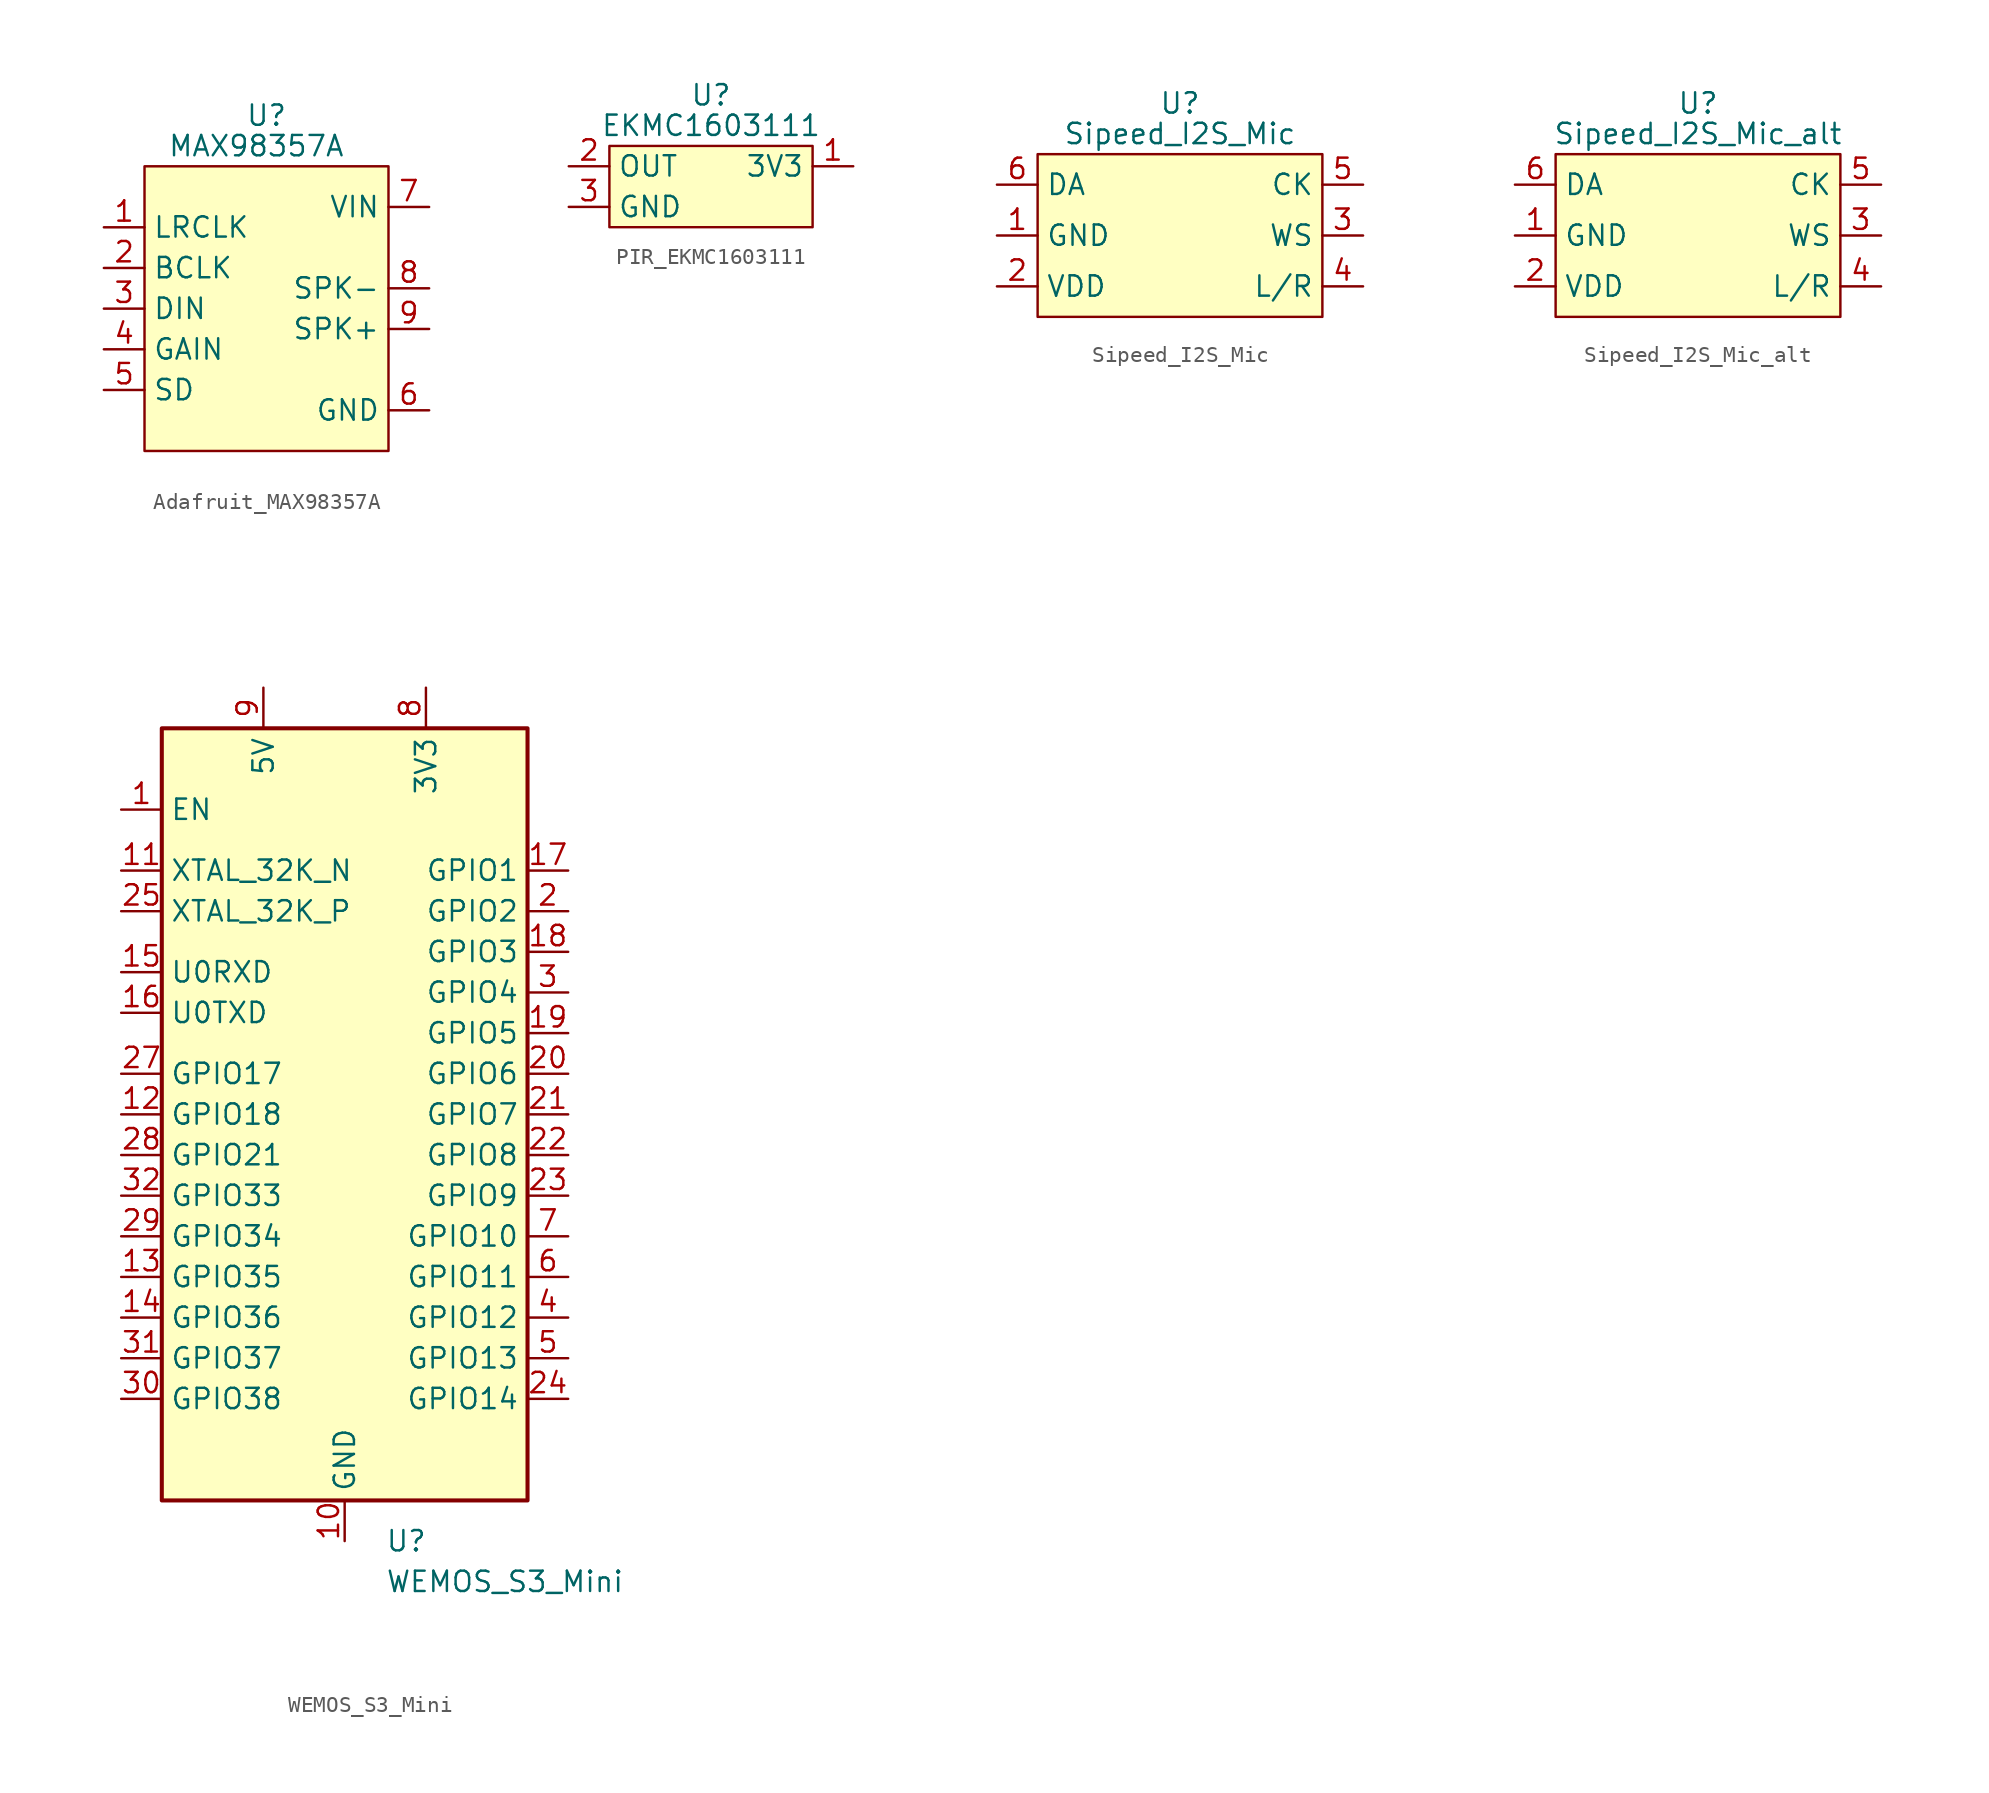
<source format=kicad_sym>
(kicad_symbol_lib
  (version 20220914)
  (generator kicad_symbol_editor)
  (symbol "Adafruit_MAX98357A"
    (property "Reference" "U"
      (at 0 12.065 0)
      (effects (font (size 1.27 1.27))))
    (property "Value" "MAX98357A"
      (at -0.635 10.16 0)
      (effects (font (size 1.27 1.27))))
    (symbol "Adafruit_MAX98357A_1_1"
      (rectangle (start -7.62 8.89) (end 7.62 -8.89) (stroke (width 0) (type default)) (fill (type background)))
      (pin input line (at -10.16 5.08 0) (length 2.54) (name "LRCLK" (effects (font (size 1.27 1.27)))) (number "1" (effects (font (size 1.27 1.27)))))
      (pin input line (at -10.16 2.54 0) (length 2.54) (name "BCLK" (effects (font (size 1.27 1.27)))) (number "2" (effects (font (size 1.27 1.27)))))
      (pin input line (at -10.16 0 0) (length 2.54) (name "DIN" (effects (font (size 1.27 1.27)))) (number "3" (effects (font (size 1.27 1.27)))))
      (pin input line (at -10.16 -2.54 0) (length 2.54) (name "GAIN" (effects (font (size 1.27 1.27)))) (number "4" (effects (font (size 1.27 1.27)))))
      (pin input line (at -10.16 -5.08 0) (length 2.54) (name "SD" (effects (font (size 1.27 1.27)))) (number "5" (effects (font (size 1.27 1.27)))))
      (pin power_in line (at 10.16 -6.35 180) (length 2.54) (name "GND" (effects (font (size 1.27 1.27)))) (number "6" (effects (font (size 1.27 1.27)))))
      (pin power_in line (at 10.16 6.35 180) (length 2.54) (name "VIN" (effects (font (size 1.27 1.27)))) (number "7" (effects (font (size 1.27 1.27)))))
      (pin output line (at 10.16 1.27 180) (length 2.54) (name "SPK-" (effects (font (size 1.27 1.27)))) (number "8" (effects (font (size 1.27 1.27)))))
      (pin output line (at 10.16 -1.27 180) (length 2.54) (name "SPK+" (effects (font (size 1.27 1.27)))) (number "9" (effects (font (size 1.27 1.27)))))))
  (symbol "PIR_EKMC1603111"
    (property "Reference" "U"
      (at 0 5.715 0)
      (effects (font (size 1.27 1.27))))
    (property "Value" "EKMC1603111"
      (at 0 3.81 0)
      (effects (font (size 1.27 1.27))))
    (symbol "PIR_EKMC1603111_1_1"
      (rectangle (start -6.35 2.54) (end 6.35 -2.54) (stroke (width 0) (type default)) (fill (type background)))
      (pin power_in line (at 8.89 1.27 180) (length 2.54) (name "3V3" (effects (font (size 1.27 1.27)))) (number "1" (effects (font (size 1.27 1.27)))))
      (pin output line (at -8.89 1.27 0) (length 2.54) (name "OUT" (effects (font (size 1.27 1.27)))) (number "2" (effects (font (size 1.27 1.27)))))
      (pin power_in line (at -8.89 -1.27 0) (length 2.54) (name "GND" (effects (font (size 1.27 1.27)))) (number "3" (effects (font (size 1.27 1.27)))))))
  (symbol "Sipeed_I2S_Mic"
    (property "Reference" "U"
      (at 0 8.255 0)
      (effects (font (size 1.27 1.27))))
    (property "Value" "Sipeed_I2S_Mic"
      (at 0 6.35 0)
      (effects (font (size 1.27 1.27))))
    (symbol "Sipeed_I2S_Mic_1_1"
      (rectangle (start -8.89 5.08) (end 8.89 -5.08) (stroke (width 0) (type default)) (fill (type background)))
      (pin power_in line (at -11.43 0 0) (length 2.54) (name "GND" (effects (font (size 1.27 1.27)))) (number "1" (effects (font (size 1.27 1.27)))))
      (pin power_in line (at -11.43 -3.175 0) (length 2.54) (name "VDD" (effects (font (size 1.27 1.27)))) (number "2" (effects (font (size 1.27 1.27)))))
      (pin input line (at 11.43 0 180) (length 2.54) (name "WS" (effects (font (size 1.27 1.27)))) (number "3" (effects (font (size 1.27 1.27)))))
      (pin input line (at 11.43 -3.175 180) (length 2.54) (name "L/R" (effects (font (size 1.27 1.27)))) (number "4" (effects (font (size 1.27 1.27)))))
      (pin input line (at 11.43 3.175 180) (length 2.54) (name "CK" (effects (font (size 1.27 1.27)))) (number "5" (effects (font (size 1.27 1.27)))))
      (pin output line (at -11.43 3.175 0) (length 2.54) (name "DA" (effects (font (size 1.27 1.27)))) (number "6" (effects (font (size 1.27 1.27)))))))
  (symbol "Sipeed_I2S_Mic_alt"
    (property "Reference" "U"
      (at 0 8.255 0)
      (effects (font (size 1.27 1.27))))
    (property "Value" "Sipeed_I2S_Mic_alt"
      (at 0 6.35 0)
      (effects (font (size 1.27 1.27))))
    (symbol "Sipeed_I2S_Mic_alt_1_1"
      (rectangle (start -8.89 5.08) (end 8.89 -5.08) (stroke (width 0) (type default)) (fill (type background)))
      (pin power_in line (at -11.43 0 0) (length 2.54) (name "GND" (effects (font (size 1.27 1.27)))) (number "1" (effects (font (size 1.27 1.27)))))
      (pin power_in line (at -11.43 -3.175 0) (length 2.54) (name "VDD" (effects (font (size 1.27 1.27)))) (number "2" (effects (font (size 1.27 1.27)))))
      (pin input line (at 11.43 0 180) (length 2.54) (name "WS" (effects (font (size 1.27 1.27)))) (number "3" (effects (font (size 1.27 1.27)))))
      (pin input line (at 11.43 -3.175 180) (length 2.54) (name "L/R" (effects (font (size 1.27 1.27)))) (number "4" (effects (font (size 1.27 1.27)))))
      (pin input line (at 11.43 3.175 180) (length 2.54) (name "CK" (effects (font (size 1.27 1.27)))) (number "5" (effects (font (size 1.27 1.27)))))
      (pin output line (at -11.43 3.175 0) (length 2.54) (name "DA" (effects (font (size 1.27 1.27)))) (number "6" (effects (font (size 1.27 1.27)))))))
  (symbol "WEMOS_S3_Mini"
    (property "Reference" "U"
      (at 2.54 -30.48 0)
      (effects (font (size 1.27 1.27)) (justify left)))
    (property "Value" "WEMOS_S3_Mini"
      (at 2.54 -33.02 0)
      (effects (font (size 1.27 1.27)) (justify left)))
    (symbol "WEMOS_S3_Mini_1_1"
      (rectangle (start -11.43 20.32) (end 11.43 -27.94) (stroke (width 0.254) (type default)) (fill (type background)))
      (pin input line (at -13.97 15.24 0) (length 2.54) (name "EN" (effects (font (size 1.27 1.27)))) (number "1" (effects (font (size 1.27 1.27)))))
      (pin power_in line (at 0 -30.48 90) (length 2.54) (name "GND" (effects (font (size 1.27 1.27)))) (number "10" (effects (font (size 1.27 1.27)))))
      (pin input line (at -13.97 11.43 0) (length 2.54) (name "XTAL_32K_N" (effects (font (size 1.27 1.27)))) (number "11" (effects (font (size 1.27 1.27)))) (alternate "GPIO16" bidirectional line))
      (pin bidirectional line (at -13.97 -3.81 0) (length 2.54) (name "GPIO18" (effects (font (size 1.27 1.27)))) (number "12" (effects (font (size 1.27 1.27)))))
      (pin bidirectional line (at -13.97 -13.97 0) (length 2.54) (name "GPIO35" (effects (font (size 1.27 1.27)))) (number "13" (effects (font (size 1.27 1.27)))) (alternate "FSPIHD" bidirectional line) (alternate "SPIIO4" bidirectional line))
      (pin bidirectional line (at -13.97 -16.51 0) (length 2.54) (name "GPIO36" (effects (font (size 1.27 1.27)))) (number "14" (effects (font (size 1.27 1.27)))) (alternate "FSPID" bidirectional line) (alternate "SPIIO6" bidirectional line))
      (pin input line (at -13.97 5.08 0) (length 2.54) (name "U0RXD" (effects (font (size 1.27 1.27)))) (number "15" (effects (font (size 1.27 1.27)))))
      (pin output line (at -13.97 2.54 0) (length 2.54) (name "U0TXD" (effects (font (size 1.27 1.27)))) (number "16" (effects (font (size 1.27 1.27)))))
      (pin bidirectional line (at 13.97 11.43 180) (length 2.54) (name "GPIO1" (effects (font (size 1.27 1.27)))) (number "17" (effects (font (size 1.27 1.27)))))
      (pin bidirectional line (at 13.97 6.35 180) (length 2.54) (name "GPIO3" (effects (font (size 1.27 1.27)))) (number "18" (effects (font (size 1.27 1.27)))))
      (pin bidirectional line (at 13.97 1.27 180) (length 2.54) (name "GPIO5" (effects (font (size 1.27 1.27)))) (number "19" (effects (font (size 1.27 1.27)))))
      (pin bidirectional line (at 13.97 8.89 180) (length 2.54) (name "GPIO2" (effects (font (size 1.27 1.27)))) (number "2" (effects (font (size 1.27 1.27)))))
      (pin bidirectional line (at 13.97 -1.27 180) (length 2.54) (name "GPIO6" (effects (font (size 1.27 1.27)))) (number "20" (effects (font (size 1.27 1.27)))))
      (pin bidirectional line (at 13.97 -3.81 180) (length 2.54) (name "GPIO7" (effects (font (size 1.27 1.27)))) (number "21" (effects (font (size 1.27 1.27)))))
      (pin bidirectional line (at 13.97 -6.35 180) (length 2.54) (name "GPIO8" (effects (font (size 1.27 1.27)))) (number "22" (effects (font (size 1.27 1.27)))))
      (pin bidirectional line (at 13.97 -8.89 180) (length 2.54) (name "GPIO9" (effects (font (size 1.27 1.27)))) (number "23" (effects (font (size 1.27 1.27)))))
      (pin bidirectional line (at 13.97 -21.59 180) (length 2.54) (name "GPIO14" (effects (font (size 1.27 1.27)))) (number "24" (effects (font (size 1.27 1.27)))))
      (pin output line (at -13.97 8.89 0) (length 2.54) (name "XTAL_32K_P" (effects (font (size 1.27 1.27)))) (number "25" (effects (font (size 1.27 1.27)))) (alternate "GPIO15" bidirectional line))
      (pin passive line (at 0 -30.48 90) (length 2.54) hide (name "GND" (effects (font (size 1.27 1.27)))) (number "26" (effects (font (size 1.27 1.27)))))
      (pin bidirectional line (at -13.97 -1.27 0) (length 2.54) (name "GPIO17" (effects (font (size 1.27 1.27)))) (number "27" (effects (font (size 1.27 1.27)))))
      (pin bidirectional line (at -13.97 -6.35 0) (length 2.54) (name "GPIO21" (effects (font (size 1.27 1.27)))) (number "28" (effects (font (size 1.27 1.27)))))
      (pin bidirectional line (at -13.97 -11.43 0) (length 2.54) (name "GPIO34" (effects (font (size 1.27 1.27)))) (number "29" (effects (font (size 1.27 1.27)))) (alternate "FSPICS0" bidirectional line) (alternate "SPIIO5" bidirectional line))
      (pin bidirectional line (at 13.97 3.81 180) (length 2.54) (name "GPIO4" (effects (font (size 1.27 1.27)))) (number "3" (effects (font (size 1.27 1.27)))))
      (pin bidirectional line (at -13.97 -21.59 0) (length 2.54) (name "GPIO38" (effects (font (size 1.27 1.27)))) (number "30" (effects (font (size 1.27 1.27)))) (alternate "FSPICLK" bidirectional line) (alternate "FSPIIO7" bidirectional line))
      (pin bidirectional line (at -13.97 -19.05 0) (length 2.54) (name "GPIO37" (effects (font (size 1.27 1.27)))) (number "31" (effects (font (size 1.27 1.27)))) (alternate "FSPIWP" bidirectional line))
      (pin bidirectional line (at -13.97 -8.89 0) (length 2.54) (name "GPIO33" (effects (font (size 1.27 1.27)))) (number "32" (effects (font (size 1.27 1.27)))) (alternate "CLK_OUT2" tri_state line) (alternate "MTDO" output line))
      (pin bidirectional line (at 13.97 -16.51 180) (length 2.54) (name "GPIO12" (effects (font (size 1.27 1.27)))) (number "4" (effects (font (size 1.27 1.27)))))
      (pin bidirectional line (at 13.97 -19.05 180) (length 2.54) (name "GPIO13" (effects (font (size 1.27 1.27)))) (number "5" (effects (font (size 1.27 1.27)))))
      (pin bidirectional line (at 13.97 -13.97 180) (length 2.54) (name "GPIO11" (effects (font (size 1.27 1.27)))) (number "6" (effects (font (size 1.27 1.27)))))
      (pin bidirectional line (at 13.97 -11.43 180) (length 2.54) (name "GPIO10" (effects (font (size 1.27 1.27)))) (number "7" (effects (font (size 1.27 1.27)))))
      (pin power_out line (at 5.08 22.86 270) (length 2.54) (name "3V3" (effects (font (size 1.27 1.27)))) (number "8" (effects (font (size 1.27 1.27)))))
      (pin power_out line (at -5.08 22.86 270) (length 2.54) (name "5V" (effects (font (size 1.27 1.27)))) (number "9" (effects (font (size 1.27 1.27))))))))
</source>
